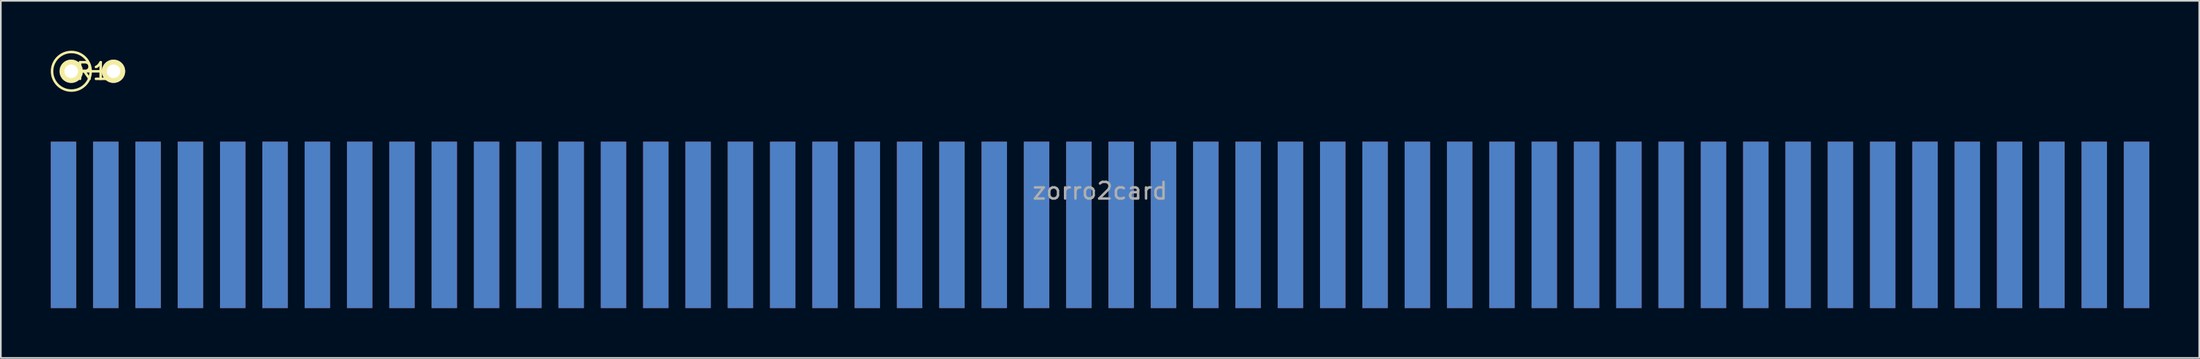
<source format=kicad_pcb>
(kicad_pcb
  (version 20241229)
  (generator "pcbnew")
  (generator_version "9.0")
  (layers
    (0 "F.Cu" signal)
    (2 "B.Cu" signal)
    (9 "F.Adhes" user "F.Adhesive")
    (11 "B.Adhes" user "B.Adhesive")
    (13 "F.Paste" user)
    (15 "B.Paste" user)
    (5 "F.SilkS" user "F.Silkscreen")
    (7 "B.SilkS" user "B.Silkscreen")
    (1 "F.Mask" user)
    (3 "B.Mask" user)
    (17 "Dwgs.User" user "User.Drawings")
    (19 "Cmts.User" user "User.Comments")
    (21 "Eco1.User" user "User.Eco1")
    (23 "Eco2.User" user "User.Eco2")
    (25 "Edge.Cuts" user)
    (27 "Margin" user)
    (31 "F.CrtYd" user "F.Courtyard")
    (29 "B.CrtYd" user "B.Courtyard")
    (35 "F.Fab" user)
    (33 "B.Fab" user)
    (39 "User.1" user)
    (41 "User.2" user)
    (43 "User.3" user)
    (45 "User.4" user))
  (footprint "zorro2card"
    (layer "F.Cu")
    (at 62.992 7.929)
    (property "Reference" "zorro2card" (at 0 0.5 0) (layer "F.Fab") (effects (font (size 1 1) (thickness 0.15))))
    (attr through_hole)
    (pad "1" connect rect (at 62.23 2.54) (size 1.524 10) (layers "B.Cu" "B.Mask"))
    (pad "2" connect rect (at 62.23 2.54) (size 1.524 10) (layers "F.Cu" "F.Mask"))
    (pad "3" connect rect (at 59.69 2.54) (size 1.524 10) (layers "B.Cu" "B.Mask"))
    (pad "4" connect rect (at 59.69 2.54) (size 1.524 10) (layers "F.Cu" "F.Mask"))
    (pad "5" connect rect (at 57.15 2.54) (size 1.524 10) (layers "B.Cu" "B.Mask"))
    (pad "6" connect rect (at 57.15 2.54) (size 1.524 10) (layers "F.Cu" "F.Mask"))
    (pad "7" connect rect (at 54.61 2.54) (size 1.524 10) (layers "B.Cu" "B.Mask"))
    (pad "8" connect rect (at 54.61 2.54) (size 1.524 10) (layers "F.Cu" "F.Mask"))
    (pad "9" connect rect (at 52.07 2.54) (size 1.524 10) (layers "B.Cu" "B.Mask"))
    (pad "10" connect rect (at 52.07 2.54) (size 1.524 10) (layers "F.Cu" "F.Mask"))
    (pad "11" connect rect (at 49.53 2.54) (size 1.524 10) (layers "B.Cu" "B.Mask"))
    (pad "12" connect rect (at 49.53 2.54) (size 1.524 10) (layers "F.Cu" "F.Mask"))
    (pad "13" connect rect (at 46.99 2.54) (size 1.524 10) (layers "B.Cu" "B.Mask"))
    (pad "14" connect rect (at 46.99 2.54) (size 1.524 10) (layers "F.Cu" "F.Mask"))
    (pad "15" connect rect (at 44.45 2.54) (size 1.524 10) (layers "B.Cu" "B.Mask"))
    (pad "16" connect rect (at 44.45 2.54) (size 1.524 10) (layers "F.Cu" "F.Mask"))
    (pad "17" connect rect (at 41.91 2.54) (size 1.524 10) (layers "B.Cu" "B.Mask"))
    (pad "18" connect rect (at 41.91 2.54) (size 1.524 10) (layers "F.Cu" "F.Mask"))
    (pad "19" connect rect (at 39.37 2.54) (size 1.524 10) (layers "B.Cu" "B.Mask"))
    (pad "20" connect rect (at 39.37 2.54) (size 1.524 10) (layers "F.Cu" "F.Mask"))
    (pad "21" connect rect (at 36.83 2.54) (size 1.524 10) (layers "B.Cu" "B.Mask"))
    (pad "22" connect rect (at 36.83 2.54) (size 1.524 10) (layers "F.Cu" "F.Mask"))
    (pad "23" connect rect (at 34.29 2.54) (size 1.524 10) (layers "B.Cu" "B.Mask"))
    (pad "24" connect rect (at 34.29 2.54) (size 1.524 10) (layers "F.Cu" "F.Mask"))
    (pad "25" connect rect (at 31.75 2.54) (size 1.524 10) (layers "B.Cu" "B.Mask"))
    (pad "26" connect rect (at 31.75 2.54) (size 1.524 10) (layers "F.Cu" "F.Mask"))
    (pad "27" connect rect (at 29.21 2.54) (size 1.524 10) (layers "B.Cu" "B.Mask"))
    (pad "28" connect rect (at 29.21 2.54) (size 1.524 10) (layers "F.Cu" "F.Mask"))
    (pad "29" connect rect (at 26.67 2.54) (size 1.524 10) (layers "B.Cu" "B.Mask"))
    (pad "30" connect rect (at 26.67 2.54) (size 1.524 10) (layers "F.Cu" "F.Mask"))
    (pad "31" connect rect (at 24.13 2.54) (size 1.524 10) (layers "B.Cu" "B.Mask"))
    (pad "32" connect rect (at 24.13 2.54) (size 1.524 10) (layers "F.Cu" "F.Mask"))
    (pad "33" connect rect (at 21.59 2.54) (size 1.524 10) (layers "B.Cu" "B.Mask"))
    (pad "34" connect rect (at 21.59 2.54) (size 1.524 10) (layers "F.Cu" "F.Mask"))
    (pad "35" connect rect (at 19.05 2.54) (size 1.524 10) (layers "B.Cu" "B.Mask"))
    (pad "36" connect rect (at 19.05 2.54) (size 1.524 10) (layers "F.Cu" "F.Mask"))
    (pad "37" connect rect (at 16.51 2.54) (size 1.524 10) (layers "B.Cu" "B.Mask"))
    (pad "38" connect rect (at 16.51 2.54) (size 1.524 10) (layers "F.Cu" "F.Mask"))
    (pad "39" connect rect (at 13.97 2.54) (size 1.524 10) (layers "B.Cu" "B.Mask"))
    (pad "40" connect rect (at 13.97 2.54) (size 1.524 10) (layers "F.Cu" "F.Mask"))
    (pad "41" connect rect (at 11.43 2.54) (size 1.524 10) (layers "B.Cu" "B.Mask"))
    (pad "42" connect rect (at 11.43 2.54) (size 1.524 10) (layers "F.Cu" "F.Mask"))
    (pad "43" connect rect (at 8.89 2.54) (size 1.524 10) (layers "B.Cu" "B.Mask"))
    (pad "44" connect rect (at 8.89 2.54) (size 1.524 10) (layers "F.Cu" "F.Mask"))
    (pad "45" connect rect (at 6.35 2.54) (size 1.524 10) (layers "B.Cu" "B.Mask"))
    (pad "46" connect rect (at 6.35 2.54) (size 1.524 10) (layers "F.Cu" "F.Mask"))
    (pad "47" connect rect (at 3.81 2.54) (size 1.524 10) (layers "B.Cu" "B.Mask"))
    (pad "48" connect rect (at 3.81 2.54) (size 1.524 10) (layers "F.Cu" "F.Mask"))
    (pad "49" connect rect (at 1.27 2.54) (size 1.524 10) (layers "B.Cu" "B.Mask"))
    (pad "50" connect rect (at 1.27 2.54) (size 1.524 10) (layers "F.Cu" "F.Mask"))
    (pad "51" connect rect (at -1.27 2.54) (size 1.524 10) (layers "B.Cu" "B.Mask"))
    (pad "52" connect rect (at -1.27 2.54) (size 1.524 10) (layers "F.Cu" "F.Mask"))
    (pad "53" connect rect (at -3.81 2.54) (size 1.524 10) (layers "B.Cu" "B.Mask"))
    (pad "54" connect rect (at -3.81 2.54) (size 1.524 10) (layers "F.Cu" "F.Mask"))
    (pad "55" connect rect (at -6.35 2.54) (size 1.524 10) (layers "B.Cu" "B.Mask"))
    (pad "56" connect rect (at -6.35 2.54) (size 1.524 10) (layers "F.Cu" "F.Mask"))
    (pad "57" connect rect (at -8.89 2.54) (size 1.524 10) (layers "B.Cu" "B.Mask"))
    (pad "58" connect rect (at -8.89 2.54) (size 1.524 10) (layers "F.Cu" "F.Mask"))
    (pad "59" connect rect (at -11.43 2.54) (size 1.524 10) (layers "B.Cu" "B.Mask"))
    (pad "60" connect rect (at -11.43 2.54) (size 1.524 10) (layers "F.Cu" "F.Mask"))
    (pad "61" connect rect (at -13.97 2.54) (size 1.524 10) (layers "B.Cu" "B.Mask"))
    (pad "62" connect rect (at -13.97 2.54) (size 1.524 10) (layers "F.Cu" "F.Mask"))
    (pad "63" connect rect (at -16.51 2.54) (size 1.524 10) (layers "B.Cu" "B.Mask"))
    (pad "64" connect rect (at -16.51 2.54) (size 1.524 10) (layers "F.Cu" "F.Mask"))
    (pad "65" connect rect (at -19.05 2.54) (size 1.524 10) (layers "B.Cu" "B.Mask"))
    (pad "66" connect rect (at -19.05 2.54) (size 1.524 10) (layers "F.Cu" "F.Mask"))
    (pad "67" connect rect (at -21.59 2.54) (size 1.524 10) (layers "B.Cu" "B.Mask"))
    (pad "68" connect rect (at -21.59 2.54) (size 1.524 10) (layers "F.Cu" "F.Mask"))
    (pad "69" connect rect (at -24.13 2.54) (size 1.524 10) (layers "B.Cu" "B.Mask"))
    (pad "70" connect rect (at -24.13 2.54) (size 1.524 10) (layers "F.Cu" "F.Mask"))
    (pad "71" connect rect (at -26.67 2.54) (size 1.524 10) (layers "B.Cu" "B.Mask"))
    (pad "72" connect rect (at -26.67 2.54) (size 1.524 10) (layers "F.Cu" "F.Mask"))
    (pad "73" connect rect (at -29.21 2.54) (size 1.524 10) (layers "B.Cu" "B.Mask"))
    (pad "74" connect rect (at -29.21 2.54) (size 1.524 10) (layers "F.Cu" "F.Mask"))
    (pad "75" connect rect (at -31.75 2.54) (size 1.524 10) (layers "B.Cu" "B.Mask"))
    (pad "76" connect rect (at -31.75 2.54) (size 1.524 10) (layers "F.Cu" "F.Mask"))
    (pad "77" connect rect (at -34.29 2.54) (size 1.524 10) (layers "B.Cu" "B.Mask"))
    (pad "78" connect rect (at -34.29 2.54) (size 1.524 10) (layers "F.Cu" "F.Mask"))
    (pad "79" connect rect (at -36.83 2.54) (size 1.524 10) (layers "B.Cu" "B.Mask"))
    (pad "80" connect rect (at -36.83 2.54) (size 1.524 10) (layers "F.Cu" "F.Mask"))
    (pad "81" connect rect (at -39.37 2.54) (size 1.524 10) (layers "B.Cu" "B.Mask"))
    (pad "82" connect rect (at -39.37 2.54) (size 1.524 10) (layers "F.Cu" "F.Mask"))
    (pad "83" connect rect (at -41.91 2.54) (size 1.524 10) (layers "B.Cu" "B.Mask"))
    (pad "84" connect rect (at -41.91 2.54) (size 1.524 10) (layers "F.Cu" "F.Mask"))
    (pad "85" connect rect (at -44.45 2.54) (size 1.524 10) (layers "B.Cu" "B.Mask"))
    (pad "86" connect rect (at -44.45 2.54) (size 1.524 10) (layers "F.Cu" "F.Mask"))
    (pad "87" connect rect (at -46.99 2.54) (size 1.524 10) (layers "B.Cu" "B.Mask"))
    (pad "88" connect rect (at -46.99 2.54) (size 1.524 10) (layers "F.Cu" "F.Mask"))
    (pad "89" connect rect (at -49.53 2.54) (size 1.524 10) (layers "B.Cu" "B.Mask"))
    (pad "90" connect rect (at -49.53 2.54) (size 1.524 10) (layers "F.Cu" "F.Mask"))
    (pad "91" connect rect (at -52.07 2.54) (size 1.524 10) (layers "B.Cu" "B.Mask"))
    (pad "92" connect rect (at -52.07 2.54) (size 1.524 10) (layers "F.Cu" "F.Mask"))
    (pad "93" connect rect (at -54.61 2.54) (size 1.524 10) (layers "B.Cu" "B.Mask"))
    (pad "94" connect rect (at -54.61 2.54) (size 1.524 10) (layers "F.Cu" "F.Mask"))
    (pad "95" connect rect (at -57.15 2.54) (size 1.524 10) (layers "B.Cu" "B.Mask"))
    (pad "96" connect rect (at -57.15 2.54) (size 1.524 10) (layers "F.Cu" "F.Mask"))
    (pad "97" connect rect (at -59.69 2.54) (size 1.524 10) (layers "B.Cu" "B.Mask"))
    (pad "98" connect rect (at -59.69 2.54) (size 1.524 10) (layers "F.Cu" "F.Mask"))
    (pad "99" connect rect (at -62.23 2.54) (size 1.524 10) (layers "B.Cu" "B.Mask"))
    (pad "100" connect rect (at -62.23 2.54) (size 1.524 10) (layers "F.Cu" "F.Mask")))
  (footprint "R1"
    (layer "F.Cu")
    (at 2.495 1.235)
    (property "Reference" "R1" (at 0 0 0) (layer "F.SilkS") (effects (font (size 1 1) (thickness 0.15))))
    (attr through_hole)
    (fp_line (start -1.27 0) (end 1.27 0) (stroke (width 0.15) (type solid)) (layer "F.SilkS"))
    (fp_circle (center -1.26 0) (end -1 1.13) (stroke (width 0.15) (type solid)) (fill no) (layer "F.SilkS"))
    (pad "1" thru_hole circle (at -1.27 0) (size 1.397 1.397) (drill 0.813) (layers "*.Cu" "*.Mask" "F.SilkS"))
    (pad "2" thru_hole circle (at 1.27 0) (size 1.397 1.397) (drill 0.813) (layers "*.Cu" "*.Mask" "F.SilkS")))
  (gr_rect
    (start -3 -3)
    (end 128.984 18.469)
    (stroke (width 0.1) (type default))
    (fill no)
    (layer "Edge.Cuts")))
</source>
